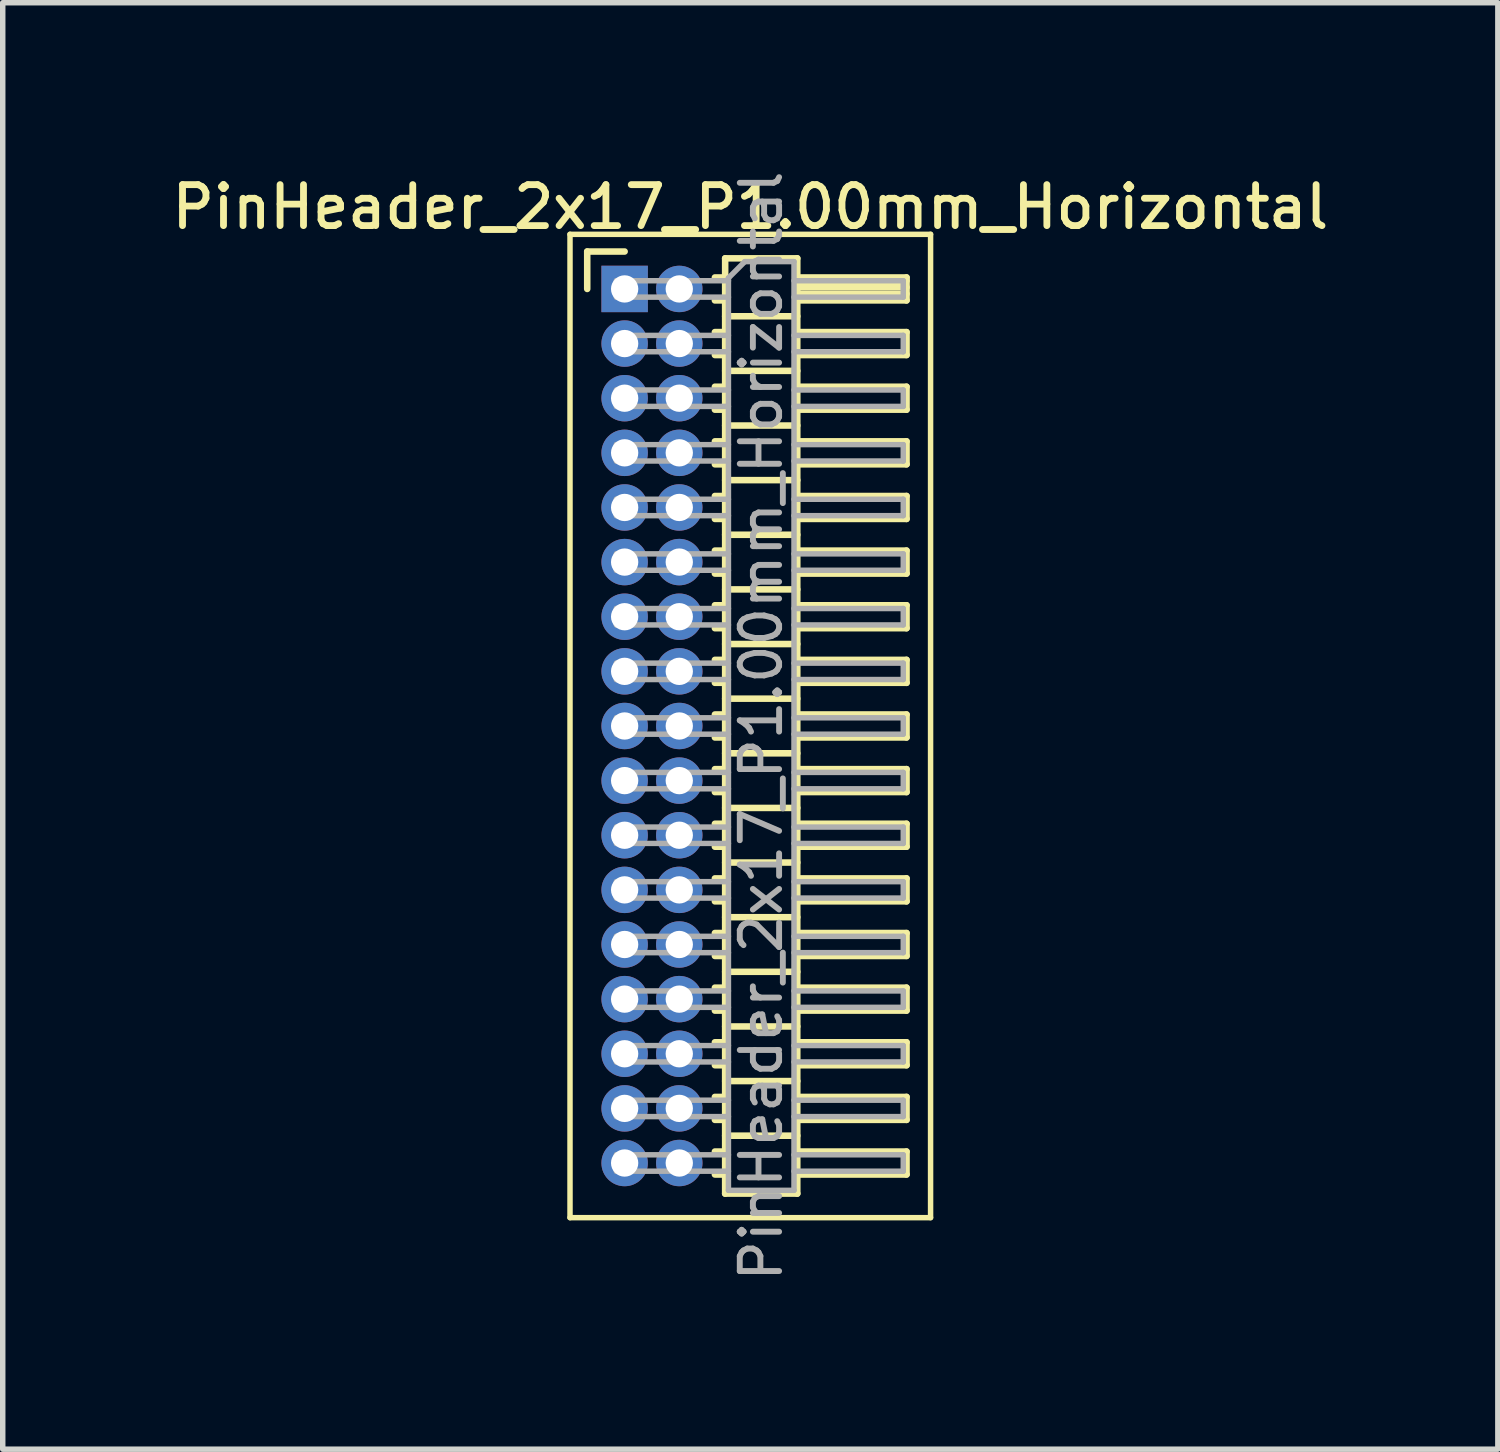
<source format=kicad_pcb>
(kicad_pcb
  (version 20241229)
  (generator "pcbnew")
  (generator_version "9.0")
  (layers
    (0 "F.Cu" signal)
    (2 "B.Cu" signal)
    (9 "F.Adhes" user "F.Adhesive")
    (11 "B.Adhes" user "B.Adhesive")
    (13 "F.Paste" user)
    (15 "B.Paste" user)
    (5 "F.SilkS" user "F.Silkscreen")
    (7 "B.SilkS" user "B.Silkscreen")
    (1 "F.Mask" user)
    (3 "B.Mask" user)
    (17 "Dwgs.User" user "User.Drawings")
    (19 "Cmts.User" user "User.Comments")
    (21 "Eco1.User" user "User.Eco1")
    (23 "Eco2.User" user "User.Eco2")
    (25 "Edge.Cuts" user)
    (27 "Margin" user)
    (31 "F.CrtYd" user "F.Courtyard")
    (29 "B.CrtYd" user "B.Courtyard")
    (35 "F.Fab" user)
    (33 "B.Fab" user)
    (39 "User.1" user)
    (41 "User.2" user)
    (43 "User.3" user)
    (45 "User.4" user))
  (footprint "PinHeader_2x17_P1.00mm_Horizontal"
    (layer "F.Cu")
    (at 8.384 2.239)
    (property "Reference" "PinHeader_2x17_P1.00mm_Horizontal" (at 2.3 -1.5 0) (layer "F.SilkS") (effects (font (size 0.75 0.75) (thickness 0.125))))
    (attr through_hole)
    (fp_line (start -1 -1) (end -1 17) (stroke (width 0.1) (type solid)) (layer "F.SilkS"))
    (fp_line (start -1 17) (end 5.6 17) (stroke (width 0.1) (type solid)) (layer "F.SilkS"))
    (fp_line (start -0.685 -0.685) (end 0 -0.685) (stroke (width 0.12) (type solid)) (layer "F.SilkS"))
    (fp_line (start -0.685 0) (end -0.685 -0.685) (stroke (width 0.12) (type solid)) (layer "F.SilkS"))
    (fp_line (start 1.652 -0.21) (end 1.84 -0.21) (stroke (width 0.12) (type solid)) (layer "F.SilkS"))
    (fp_line (start 1.652 0.21) (end 1.84 0.21) (stroke (width 0.12) (type solid)) (layer "F.SilkS"))
    (fp_line (start 1.652 0.79) (end 1.84 0.79) (stroke (width 0.12) (type solid)) (layer "F.SilkS"))
    (fp_line (start 1.652 1.21) (end 1.84 1.21) (stroke (width 0.12) (type solid)) (layer "F.SilkS"))
    (fp_line (start 1.652 1.79) (end 1.84 1.79) (stroke (width 0.12) (type solid)) (layer "F.SilkS"))
    (fp_line (start 1.652 2.21) (end 1.84 2.21) (stroke (width 0.12) (type solid)) (layer "F.SilkS"))
    (fp_line (start 1.652 2.79) (end 1.84 2.79) (stroke (width 0.12) (type solid)) (layer "F.SilkS"))
    (fp_line (start 1.652 3.21) (end 1.84 3.21) (stroke (width 0.12) (type solid)) (layer "F.SilkS"))
    (fp_line (start 1.652 3.79) (end 1.84 3.79) (stroke (width 0.12) (type solid)) (layer "F.SilkS"))
    (fp_line (start 1.652 4.21) (end 1.84 4.21) (stroke (width 0.12) (type solid)) (layer "F.SilkS"))
    (fp_line (start 1.652 4.79) (end 1.84 4.79) (stroke (width 0.12) (type solid)) (layer "F.SilkS"))
    (fp_line (start 1.652 5.21) (end 1.84 5.21) (stroke (width 0.12) (type solid)) (layer "F.SilkS"))
    (fp_line (start 1.652 5.79) (end 1.84 5.79) (stroke (width 0.12) (type solid)) (layer "F.SilkS"))
    (fp_line (start 1.652 6.21) (end 1.84 6.21) (stroke (width 0.12) (type solid)) (layer "F.SilkS"))
    (fp_line (start 1.652 6.79) (end 1.84 6.79) (stroke (width 0.12) (type solid)) (layer "F.SilkS"))
    (fp_line (start 1.652 7.21) (end 1.84 7.21) (stroke (width 0.12) (type solid)) (layer "F.SilkS"))
    (fp_line (start 1.652 7.79) (end 1.84 7.79) (stroke (width 0.12) (type solid)) (layer "F.SilkS"))
    (fp_line (start 1.652 8.21) (end 1.84 8.21) (stroke (width 0.12) (type solid)) (layer "F.SilkS"))
    (fp_line (start 1.652 8.79) (end 1.84 8.79) (stroke (width 0.12) (type solid)) (layer "F.SilkS"))
    (fp_line (start 1.652 9.21) (end 1.84 9.21) (stroke (width 0.12) (type solid)) (layer "F.SilkS"))
    (fp_line (start 1.652 9.79) (end 1.84 9.79) (stroke (width 0.12) (type solid)) (layer "F.SilkS"))
    (fp_line (start 1.652 10.21) (end 1.84 10.21) (stroke (width 0.12) (type solid)) (layer "F.SilkS"))
    (fp_line (start 1.652 10.79) (end 1.84 10.79) (stroke (width 0.12) (type solid)) (layer "F.SilkS"))
    (fp_line (start 1.652 11.21) (end 1.84 11.21) (stroke (width 0.12) (type solid)) (layer "F.SilkS"))
    (fp_line (start 1.652 11.79) (end 1.84 11.79) (stroke (width 0.12) (type solid)) (layer "F.SilkS"))
    (fp_line (start 1.652 12.21) (end 1.84 12.21) (stroke (width 0.12) (type solid)) (layer "F.SilkS"))
    (fp_line (start 1.652 12.79) (end 1.84 12.79) (stroke (width 0.12) (type solid)) (layer "F.SilkS"))
    (fp_line (start 1.652 13.21) (end 1.84 13.21) (stroke (width 0.12) (type solid)) (layer "F.SilkS"))
    (fp_line (start 1.652 13.79) (end 1.84 13.79) (stroke (width 0.12) (type solid)) (layer "F.SilkS"))
    (fp_line (start 1.652 14.21) (end 1.84 14.21) (stroke (width 0.12) (type solid)) (layer "F.SilkS"))
    (fp_line (start 1.652 14.79) (end 1.84 14.79) (stroke (width 0.12) (type solid)) (layer "F.SilkS"))
    (fp_line (start 1.652 15.21) (end 1.84 15.21) (stroke (width 0.12) (type solid)) (layer "F.SilkS"))
    (fp_line (start 1.652 15.79) (end 1.84 15.79) (stroke (width 0.12) (type solid)) (layer "F.SilkS"))
    (fp_line (start 1.652 16.21) (end 1.84 16.21) (stroke (width 0.12) (type solid)) (layer "F.SilkS"))
    (fp_line (start 1.84 -0.56) (end 1.84 16.56) (stroke (width 0.12) (type solid)) (layer "F.SilkS"))
    (fp_line (start 1.84 0.5) (end 3.16 0.5) (stroke (width 0.12) (type solid)) (layer "F.SilkS"))
    (fp_line (start 1.84 1.5) (end 3.16 1.5) (stroke (width 0.12) (type solid)) (layer "F.SilkS"))
    (fp_line (start 1.84 2.5) (end 3.16 2.5) (stroke (width 0.12) (type solid)) (layer "F.SilkS"))
    (fp_line (start 1.84 3.5) (end 3.16 3.5) (stroke (width 0.12) (type solid)) (layer "F.SilkS"))
    (fp_line (start 1.84 4.5) (end 3.16 4.5) (stroke (width 0.12) (type solid)) (layer "F.SilkS"))
    (fp_line (start 1.84 5.5) (end 3.16 5.5) (stroke (width 0.12) (type solid)) (layer "F.SilkS"))
    (fp_line (start 1.84 6.5) (end 3.16 6.5) (stroke (width 0.12) (type solid)) (layer "F.SilkS"))
    (fp_line (start 1.84 7.5) (end 3.16 7.5) (stroke (width 0.12) (type solid)) (layer "F.SilkS"))
    (fp_line (start 1.84 8.5) (end 3.16 8.5) (stroke (width 0.12) (type solid)) (layer "F.SilkS"))
    (fp_line (start 1.84 9.5) (end 3.16 9.5) (stroke (width 0.12) (type solid)) (layer "F.SilkS"))
    (fp_line (start 1.84 10.5) (end 3.16 10.5) (stroke (width 0.12) (type solid)) (layer "F.SilkS"))
    (fp_line (start 1.84 11.5) (end 3.16 11.5) (stroke (width 0.12) (type solid)) (layer "F.SilkS"))
    (fp_line (start 1.84 12.5) (end 3.16 12.5) (stroke (width 0.12) (type solid)) (layer "F.SilkS"))
    (fp_line (start 1.84 13.5) (end 3.16 13.5) (stroke (width 0.12) (type solid)) (layer "F.SilkS"))
    (fp_line (start 1.84 14.5) (end 3.16 14.5) (stroke (width 0.12) (type solid)) (layer "F.SilkS"))
    (fp_line (start 1.84 15.5) (end 3.16 15.5) (stroke (width 0.12) (type solid)) (layer "F.SilkS"))
    (fp_line (start 1.84 16.56) (end 3.16 16.56) (stroke (width 0.12) (type solid)) (layer "F.SilkS"))
    (fp_line (start 3.16 -0.56) (end 1.84 -0.56) (stroke (width 0.12) (type solid)) (layer "F.SilkS"))
    (fp_line (start 3.16 -0.21) (end 5.16 -0.21) (stroke (width 0.12) (type solid)) (layer "F.SilkS"))
    (fp_line (start 3.16 -0.15) (end 5.16 -0.15) (stroke (width 0.12) (type solid)) (layer "F.SilkS"))
    (fp_line (start 3.16 -0.03) (end 5.16 -0.03) (stroke (width 0.12) (type solid)) (layer "F.SilkS"))
    (fp_line (start 3.16 0.09) (end 5.16 0.09) (stroke (width 0.12) (type solid)) (layer "F.SilkS"))
    (fp_line (start 3.16 0.79) (end 5.16 0.79) (stroke (width 0.12) (type solid)) (layer "F.SilkS"))
    (fp_line (start 3.16 1.79) (end 5.16 1.79) (stroke (width 0.12) (type solid)) (layer "F.SilkS"))
    (fp_line (start 3.16 2.79) (end 5.16 2.79) (stroke (width 0.12) (type solid)) (layer "F.SilkS"))
    (fp_line (start 3.16 3.79) (end 5.16 3.79) (stroke (width 0.12) (type solid)) (layer "F.SilkS"))
    (fp_line (start 3.16 4.79) (end 5.16 4.79) (stroke (width 0.12) (type solid)) (layer "F.SilkS"))
    (fp_line (start 3.16 5.79) (end 5.16 5.79) (stroke (width 0.12) (type solid)) (layer "F.SilkS"))
    (fp_line (start 3.16 6.79) (end 5.16 6.79) (stroke (width 0.12) (type solid)) (layer "F.SilkS"))
    (fp_line (start 3.16 7.79) (end 5.16 7.79) (stroke (width 0.12) (type solid)) (layer "F.SilkS"))
    (fp_line (start 3.16 8.79) (end 5.16 8.79) (stroke (width 0.12) (type solid)) (layer "F.SilkS"))
    (fp_line (start 3.16 9.79) (end 5.16 9.79) (stroke (width 0.12) (type solid)) (layer "F.SilkS"))
    (fp_line (start 3.16 10.79) (end 5.16 10.79) (stroke (width 0.12) (type solid)) (layer "F.SilkS"))
    (fp_line (start 3.16 11.79) (end 5.16 11.79) (stroke (width 0.12) (type solid)) (layer "F.SilkS"))
    (fp_line (start 3.16 12.79) (end 5.16 12.79) (stroke (width 0.12) (type solid)) (layer "F.SilkS"))
    (fp_line (start 3.16 13.79) (end 5.16 13.79) (stroke (width 0.12) (type solid)) (layer "F.SilkS"))
    (fp_line (start 3.16 14.79) (end 5.16 14.79) (stroke (width 0.12) (type solid)) (layer "F.SilkS"))
    (fp_line (start 3.16 15.79) (end 5.16 15.79) (stroke (width 0.12) (type solid)) (layer "F.SilkS"))
    (fp_line (start 3.16 16.56) (end 3.16 -0.56) (stroke (width 0.12) (type solid)) (layer "F.SilkS"))
    (fp_line (start 5.16 -0.21) (end 5.16 0.21) (stroke (width 0.12) (type solid)) (layer "F.SilkS"))
    (fp_line (start 5.16 0.21) (end 3.16 0.21) (stroke (width 0.12) (type solid)) (layer "F.SilkS"))
    (fp_line (start 5.16 0.79) (end 5.16 1.21) (stroke (width 0.12) (type solid)) (layer "F.SilkS"))
    (fp_line (start 5.16 1.21) (end 3.16 1.21) (stroke (width 0.12) (type solid)) (layer "F.SilkS"))
    (fp_line (start 5.16 1.79) (end 5.16 2.21) (stroke (width 0.12) (type solid)) (layer "F.SilkS"))
    (fp_line (start 5.16 2.21) (end 3.16 2.21) (stroke (width 0.12) (type solid)) (layer "F.SilkS"))
    (fp_line (start 5.16 2.79) (end 5.16 3.21) (stroke (width 0.12) (type solid)) (layer "F.SilkS"))
    (fp_line (start 5.16 3.21) (end 3.16 3.21) (stroke (width 0.12) (type solid)) (layer "F.SilkS"))
    (fp_line (start 5.16 3.79) (end 5.16 4.21) (stroke (width 0.12) (type solid)) (layer "F.SilkS"))
    (fp_line (start 5.16 4.21) (end 3.16 4.21) (stroke (width 0.12) (type solid)) (layer "F.SilkS"))
    (fp_line (start 5.16 4.79) (end 5.16 5.21) (stroke (width 0.12) (type solid)) (layer "F.SilkS"))
    (fp_line (start 5.16 5.21) (end 3.16 5.21) (stroke (width 0.12) (type solid)) (layer "F.SilkS"))
    (fp_line (start 5.16 5.79) (end 5.16 6.21) (stroke (width 0.12) (type solid)) (layer "F.SilkS"))
    (fp_line (start 5.16 6.21) (end 3.16 6.21) (stroke (width 0.12) (type solid)) (layer "F.SilkS"))
    (fp_line (start 5.16 6.79) (end 5.16 7.21) (stroke (width 0.12) (type solid)) (layer "F.SilkS"))
    (fp_line (start 5.16 7.21) (end 3.16 7.21) (stroke (width 0.12) (type solid)) (layer "F.SilkS"))
    (fp_line (start 5.16 7.79) (end 5.16 8.21) (stroke (width 0.12) (type solid)) (layer "F.SilkS"))
    (fp_line (start 5.16 8.21) (end 3.16 8.21) (stroke (width 0.12) (type solid)) (layer "F.SilkS"))
    (fp_line (start 5.16 8.79) (end 5.16 9.21) (stroke (width 0.12) (type solid)) (layer "F.SilkS"))
    (fp_line (start 5.16 9.21) (end 3.16 9.21) (stroke (width 0.12) (type solid)) (layer "F.SilkS"))
    (fp_line (start 5.16 9.79) (end 5.16 10.21) (stroke (width 0.12) (type solid)) (layer "F.SilkS"))
    (fp_line (start 5.16 10.21) (end 3.16 10.21) (stroke (width 0.12) (type solid)) (layer "F.SilkS"))
    (fp_line (start 5.16 10.79) (end 5.16 11.21) (stroke (width 0.12) (type solid)) (layer "F.SilkS"))
    (fp_line (start 5.16 11.21) (end 3.16 11.21) (stroke (width 0.12) (type solid)) (layer "F.SilkS"))
    (fp_line (start 5.16 11.79) (end 5.16 12.21) (stroke (width 0.12) (type solid)) (layer "F.SilkS"))
    (fp_line (start 5.16 12.21) (end 3.16 12.21) (stroke (width 0.12) (type solid)) (layer "F.SilkS"))
    (fp_line (start 5.16 12.79) (end 5.16 13.21) (stroke (width 0.12) (type solid)) (layer "F.SilkS"))
    (fp_line (start 5.16 13.21) (end 3.16 13.21) (stroke (width 0.12) (type solid)) (layer "F.SilkS"))
    (fp_line (start 5.16 13.79) (end 5.16 14.21) (stroke (width 0.12) (type solid)) (layer "F.SilkS"))
    (fp_line (start 5.16 14.21) (end 3.16 14.21) (stroke (width 0.12) (type solid)) (layer "F.SilkS"))
    (fp_line (start 5.16 14.79) (end 5.16 15.21) (stroke (width 0.12) (type solid)) (layer "F.SilkS"))
    (fp_line (start 5.16 15.21) (end 3.16 15.21) (stroke (width 0.12) (type solid)) (layer "F.SilkS"))
    (fp_line (start 5.16 15.79) (end 5.16 16.21) (stroke (width 0.12) (type solid)) (layer "F.SilkS"))
    (fp_line (start 5.16 16.21) (end 3.16 16.21) (stroke (width 0.12) (type solid)) (layer "F.SilkS"))
    (fp_line (start 5.6 -1) (end -1 -1) (stroke (width 0.1) (type solid)) (layer "F.SilkS"))
    (fp_line (start 5.6 17) (end 5.6 -1) (stroke (width 0.1) (type solid)) (layer "F.SilkS"))
    (fp_line (start -0.15 -0.15) (end -0.15 0.15) (stroke (width 0.1) (type solid)) (layer "F.Fab"))
    (fp_line (start -0.15 -0.15) (end 1.9 -0.15) (stroke (width 0.1) (type solid)) (layer "F.Fab"))
    (fp_line (start -0.15 0.15) (end 1.9 0.15) (stroke (width 0.1) (type solid)) (layer "F.Fab"))
    (fp_line (start -0.15 0.85) (end -0.15 1.15) (stroke (width 0.1) (type solid)) (layer "F.Fab"))
    (fp_line (start -0.15 0.85) (end 1.9 0.85) (stroke (width 0.1) (type solid)) (layer "F.Fab"))
    (fp_line (start -0.15 1.15) (end 1.9 1.15) (stroke (width 0.1) (type solid)) (layer "F.Fab"))
    (fp_line (start -0.15 1.85) (end -0.15 2.15) (stroke (width 0.1) (type solid)) (layer "F.Fab"))
    (fp_line (start -0.15 1.85) (end 1.9 1.85) (stroke (width 0.1) (type solid)) (layer "F.Fab"))
    (fp_line (start -0.15 2.15) (end 1.9 2.15) (stroke (width 0.1) (type solid)) (layer "F.Fab"))
    (fp_line (start -0.15 2.85) (end -0.15 3.15) (stroke (width 0.1) (type solid)) (layer "F.Fab"))
    (fp_line (start -0.15 2.85) (end 1.9 2.85) (stroke (width 0.1) (type solid)) (layer "F.Fab"))
    (fp_line (start -0.15 3.15) (end 1.9 3.15) (stroke (width 0.1) (type solid)) (layer "F.Fab"))
    (fp_line (start -0.15 3.85) (end -0.15 4.15) (stroke (width 0.1) (type solid)) (layer "F.Fab"))
    (fp_line (start -0.15 3.85) (end 1.9 3.85) (stroke (width 0.1) (type solid)) (layer "F.Fab"))
    (fp_line (start -0.15 4.15) (end 1.9 4.15) (stroke (width 0.1) (type solid)) (layer "F.Fab"))
    (fp_line (start -0.15 4.85) (end -0.15 5.15) (stroke (width 0.1) (type solid)) (layer "F.Fab"))
    (fp_line (start -0.15 4.85) (end 1.9 4.85) (stroke (width 0.1) (type solid)) (layer "F.Fab"))
    (fp_line (start -0.15 5.15) (end 1.9 5.15) (stroke (width 0.1) (type solid)) (layer "F.Fab"))
    (fp_line (start -0.15 5.85) (end -0.15 6.15) (stroke (width 0.1) (type solid)) (layer "F.Fab"))
    (fp_line (start -0.15 5.85) (end 1.9 5.85) (stroke (width 0.1) (type solid)) (layer "F.Fab"))
    (fp_line (start -0.15 6.15) (end 1.9 6.15) (stroke (width 0.1) (type solid)) (layer "F.Fab"))
    (fp_line (start -0.15 6.85) (end -0.15 7.15) (stroke (width 0.1) (type solid)) (layer "F.Fab"))
    (fp_line (start -0.15 6.85) (end 1.9 6.85) (stroke (width 0.1) (type solid)) (layer "F.Fab"))
    (fp_line (start -0.15 7.15) (end 1.9 7.15) (stroke (width 0.1) (type solid)) (layer "F.Fab"))
    (fp_line (start -0.15 7.85) (end -0.15 8.15) (stroke (width 0.1) (type solid)) (layer "F.Fab"))
    (fp_line (start -0.15 7.85) (end 1.9 7.85) (stroke (width 0.1) (type solid)) (layer "F.Fab"))
    (fp_line (start -0.15 8.15) (end 1.9 8.15) (stroke (width 0.1) (type solid)) (layer "F.Fab"))
    (fp_line (start -0.15 8.85) (end -0.15 9.15) (stroke (width 0.1) (type solid)) (layer "F.Fab"))
    (fp_line (start -0.15 8.85) (end 1.9 8.85) (stroke (width 0.1) (type solid)) (layer "F.Fab"))
    (fp_line (start -0.15 9.15) (end 1.9 9.15) (stroke (width 0.1) (type solid)) (layer "F.Fab"))
    (fp_line (start -0.15 9.85) (end -0.15 10.15) (stroke (width 0.1) (type solid)) (layer "F.Fab"))
    (fp_line (start -0.15 9.85) (end 1.9 9.85) (stroke (width 0.1) (type solid)) (layer "F.Fab"))
    (fp_line (start -0.15 10.15) (end 1.9 10.15) (stroke (width 0.1) (type solid)) (layer "F.Fab"))
    (fp_line (start -0.15 10.85) (end -0.15 11.15) (stroke (width 0.1) (type solid)) (layer "F.Fab"))
    (fp_line (start -0.15 10.85) (end 1.9 10.85) (stroke (width 0.1) (type solid)) (layer "F.Fab"))
    (fp_line (start -0.15 11.15) (end 1.9 11.15) (stroke (width 0.1) (type solid)) (layer "F.Fab"))
    (fp_line (start -0.15 11.85) (end -0.15 12.15) (stroke (width 0.1) (type solid)) (layer "F.Fab"))
    (fp_line (start -0.15 11.85) (end 1.9 11.85) (stroke (width 0.1) (type solid)) (layer "F.Fab"))
    (fp_line (start -0.15 12.15) (end 1.9 12.15) (stroke (width 0.1) (type solid)) (layer "F.Fab"))
    (fp_line (start -0.15 12.85) (end -0.15 13.15) (stroke (width 0.1) (type solid)) (layer "F.Fab"))
    (fp_line (start -0.15 12.85) (end 1.9 12.85) (stroke (width 0.1) (type solid)) (layer "F.Fab"))
    (fp_line (start -0.15 13.15) (end 1.9 13.15) (stroke (width 0.1) (type solid)) (layer "F.Fab"))
    (fp_line (start -0.15 13.85) (end -0.15 14.15) (stroke (width 0.1) (type solid)) (layer "F.Fab"))
    (fp_line (start -0.15 13.85) (end 1.9 13.85) (stroke (width 0.1) (type solid)) (layer "F.Fab"))
    (fp_line (start -0.15 14.15) (end 1.9 14.15) (stroke (width 0.1) (type solid)) (layer "F.Fab"))
    (fp_line (start -0.15 14.85) (end -0.15 15.15) (stroke (width 0.1) (type solid)) (layer "F.Fab"))
    (fp_line (start -0.15 14.85) (end 1.9 14.85) (stroke (width 0.1) (type solid)) (layer "F.Fab"))
    (fp_line (start -0.15 15.15) (end 1.9 15.15) (stroke (width 0.1) (type solid)) (layer "F.Fab"))
    (fp_line (start -0.15 15.85) (end -0.15 16.15) (stroke (width 0.1) (type solid)) (layer "F.Fab"))
    (fp_line (start -0.15 15.85) (end 1.9 15.85) (stroke (width 0.1) (type solid)) (layer "F.Fab"))
    (fp_line (start -0.15 16.15) (end 1.9 16.15) (stroke (width 0.1) (type solid)) (layer "F.Fab"))
    (fp_line (start 1.9 -0.2) (end 2.2 -0.5) (stroke (width 0.1) (type solid)) (layer "F.Fab"))
    (fp_line (start 1.9 16.5) (end 1.9 -0.2) (stroke (width 0.1) (type solid)) (layer "F.Fab"))
    (fp_line (start 2.2 -0.5) (end 3.1 -0.5) (stroke (width 0.1) (type solid)) (layer "F.Fab"))
    (fp_line (start 3.1 -0.5) (end 3.1 16.5) (stroke (width 0.1) (type solid)) (layer "F.Fab"))
    (fp_line (start 3.1 -0.15) (end 5.1 -0.15) (stroke (width 0.1) (type solid)) (layer "F.Fab"))
    (fp_line (start 3.1 0.15) (end 5.1 0.15) (stroke (width 0.1) (type solid)) (layer "F.Fab"))
    (fp_line (start 3.1 0.85) (end 5.1 0.85) (stroke (width 0.1) (type solid)) (layer "F.Fab"))
    (fp_line (start 3.1 1.15) (end 5.1 1.15) (stroke (width 0.1) (type solid)) (layer "F.Fab"))
    (fp_line (start 3.1 1.85) (end 5.1 1.85) (stroke (width 0.1) (type solid)) (layer "F.Fab"))
    (fp_line (start 3.1 2.15) (end 5.1 2.15) (stroke (width 0.1) (type solid)) (layer "F.Fab"))
    (fp_line (start 3.1 2.85) (end 5.1 2.85) (stroke (width 0.1) (type solid)) (layer "F.Fab"))
    (fp_line (start 3.1 3.15) (end 5.1 3.15) (stroke (width 0.1) (type solid)) (layer "F.Fab"))
    (fp_line (start 3.1 3.85) (end 5.1 3.85) (stroke (width 0.1) (type solid)) (layer "F.Fab"))
    (fp_line (start 3.1 4.15) (end 5.1 4.15) (stroke (width 0.1) (type solid)) (layer "F.Fab"))
    (fp_line (start 3.1 4.85) (end 5.1 4.85) (stroke (width 0.1) (type solid)) (layer "F.Fab"))
    (fp_line (start 3.1 5.15) (end 5.1 5.15) (stroke (width 0.1) (type solid)) (layer "F.Fab"))
    (fp_line (start 3.1 5.85) (end 5.1 5.85) (stroke (width 0.1) (type solid)) (layer "F.Fab"))
    (fp_line (start 3.1 6.15) (end 5.1 6.15) (stroke (width 0.1) (type solid)) (layer "F.Fab"))
    (fp_line (start 3.1 6.85) (end 5.1 6.85) (stroke (width 0.1) (type solid)) (layer "F.Fab"))
    (fp_line (start 3.1 7.15) (end 5.1 7.15) (stroke (width 0.1) (type solid)) (layer "F.Fab"))
    (fp_line (start 3.1 7.85) (end 5.1 7.85) (stroke (width 0.1) (type solid)) (layer "F.Fab"))
    (fp_line (start 3.1 8.15) (end 5.1 8.15) (stroke (width 0.1) (type solid)) (layer "F.Fab"))
    (fp_line (start 3.1 8.85) (end 5.1 8.85) (stroke (width 0.1) (type solid)) (layer "F.Fab"))
    (fp_line (start 3.1 9.15) (end 5.1 9.15) (stroke (width 0.1) (type solid)) (layer "F.Fab"))
    (fp_line (start 3.1 9.85) (end 5.1 9.85) (stroke (width 0.1) (type solid)) (layer "F.Fab"))
    (fp_line (start 3.1 10.15) (end 5.1 10.15) (stroke (width 0.1) (type solid)) (layer "F.Fab"))
    (fp_line (start 3.1 10.85) (end 5.1 10.85) (stroke (width 0.1) (type solid)) (layer "F.Fab"))
    (fp_line (start 3.1 11.15) (end 5.1 11.15) (stroke (width 0.1) (type solid)) (layer "F.Fab"))
    (fp_line (start 3.1 11.85) (end 5.1 11.85) (stroke (width 0.1) (type solid)) (layer "F.Fab"))
    (fp_line (start 3.1 12.15) (end 5.1 12.15) (stroke (width 0.1) (type solid)) (layer "F.Fab"))
    (fp_line (start 3.1 12.85) (end 5.1 12.85) (stroke (width 0.1) (type solid)) (layer "F.Fab"))
    (fp_line (start 3.1 13.15) (end 5.1 13.15) (stroke (width 0.1) (type solid)) (layer "F.Fab"))
    (fp_line (start 3.1 13.85) (end 5.1 13.85) (stroke (width 0.1) (type solid)) (layer "F.Fab"))
    (fp_line (start 3.1 14.15) (end 5.1 14.15) (stroke (width 0.1) (type solid)) (layer "F.Fab"))
    (fp_line (start 3.1 14.85) (end 5.1 14.85) (stroke (width 0.1) (type solid)) (layer "F.Fab"))
    (fp_line (start 3.1 15.15) (end 5.1 15.15) (stroke (width 0.1) (type solid)) (layer "F.Fab"))
    (fp_line (start 3.1 15.85) (end 5.1 15.85) (stroke (width 0.1) (type solid)) (layer "F.Fab"))
    (fp_line (start 3.1 16.15) (end 5.1 16.15) (stroke (width 0.1) (type solid)) (layer "F.Fab"))
    (fp_line (start 3.1 16.5) (end 1.9 16.5) (stroke (width 0.1) (type solid)) (layer "F.Fab"))
    (fp_line (start 5.1 -0.15) (end 5.1 0.15) (stroke (width 0.1) (type solid)) (layer "F.Fab"))
    (fp_line (start 5.1 0.85) (end 5.1 1.15) (stroke (width 0.1) (type solid)) (layer "F.Fab"))
    (fp_line (start 5.1 1.85) (end 5.1 2.15) (stroke (width 0.1) (type solid)) (layer "F.Fab"))
    (fp_line (start 5.1 2.85) (end 5.1 3.15) (stroke (width 0.1) (type solid)) (layer "F.Fab"))
    (fp_line (start 5.1 3.85) (end 5.1 4.15) (stroke (width 0.1) (type solid)) (layer "F.Fab"))
    (fp_line (start 5.1 4.85) (end 5.1 5.15) (stroke (width 0.1) (type solid)) (layer "F.Fab"))
    (fp_line (start 5.1 5.85) (end 5.1 6.15) (stroke (width 0.1) (type solid)) (layer "F.Fab"))
    (fp_line (start 5.1 6.85) (end 5.1 7.15) (stroke (width 0.1) (type solid)) (layer "F.Fab"))
    (fp_line (start 5.1 7.85) (end 5.1 8.15) (stroke (width 0.1) (type solid)) (layer "F.Fab"))
    (fp_line (start 5.1 8.85) (end 5.1 9.15) (stroke (width 0.1) (type solid)) (layer "F.Fab"))
    (fp_line (start 5.1 9.85) (end 5.1 10.15) (stroke (width 0.1) (type solid)) (layer "F.Fab"))
    (fp_line (start 5.1 10.85) (end 5.1 11.15) (stroke (width 0.1) (type solid)) (layer "F.Fab"))
    (fp_line (start 5.1 11.85) (end 5.1 12.15) (stroke (width 0.1) (type solid)) (layer "F.Fab"))
    (fp_line (start 5.1 12.85) (end 5.1 13.15) (stroke (width 0.1) (type solid)) (layer "F.Fab"))
    (fp_line (start 5.1 13.85) (end 5.1 14.15) (stroke (width 0.1) (type solid)) (layer "F.Fab"))
    (fp_line (start 5.1 14.85) (end 5.1 15.15) (stroke (width 0.1) (type solid)) (layer "F.Fab"))
    (fp_line (start 5.1 15.85) (end 5.1 16.15) (stroke (width 0.1) (type solid)) (layer "F.Fab"))
    (fp_text user "${REFERENCE}" (at 2.5 8 90) (layer "F.Fab") (effects (font (size 0.72 0.72) (thickness 0.108))))
    (pad "1" thru_hole rect (at 0 0) (size 0.85 0.85) (drill 0.5) (layers "*.Cu" "*.Mask"))
    (pad "2" thru_hole oval (at 1 0) (size 0.85 0.85) (drill 0.5) (layers "*.Cu" "*.Mask"))
    (pad "3" thru_hole oval (at 0 1) (size 0.85 0.85) (drill 0.5) (layers "*.Cu" "*.Mask"))
    (pad "4" thru_hole oval (at 1 1) (size 0.85 0.85) (drill 0.5) (layers "*.Cu" "*.Mask"))
    (pad "5" thru_hole oval (at 0 2) (size 0.85 0.85) (drill 0.5) (layers "*.Cu" "*.Mask"))
    (pad "6" thru_hole oval (at 1 2) (size 0.85 0.85) (drill 0.5) (layers "*.Cu" "*.Mask"))
    (pad "7" thru_hole oval (at 0 3) (size 0.85 0.85) (drill 0.5) (layers "*.Cu" "*.Mask"))
    (pad "8" thru_hole oval (at 1 3) (size 0.85 0.85) (drill 0.5) (layers "*.Cu" "*.Mask"))
    (pad "9" thru_hole oval (at 0 4) (size 0.85 0.85) (drill 0.5) (layers "*.Cu" "*.Mask"))
    (pad "10" thru_hole oval (at 1 4) (size 0.85 0.85) (drill 0.5) (layers "*.Cu" "*.Mask"))
    (pad "11" thru_hole oval (at 0 5) (size 0.85 0.85) (drill 0.5) (layers "*.Cu" "*.Mask"))
    (pad "12" thru_hole oval (at 1 5) (size 0.85 0.85) (drill 0.5) (layers "*.Cu" "*.Mask"))
    (pad "13" thru_hole oval (at 0 6) (size 0.85 0.85) (drill 0.5) (layers "*.Cu" "*.Mask"))
    (pad "14" thru_hole oval (at 1 6) (size 0.85 0.85) (drill 0.5) (layers "*.Cu" "*.Mask"))
    (pad "15" thru_hole oval (at 0 7) (size 0.85 0.85) (drill 0.5) (layers "*.Cu" "*.Mask"))
    (pad "16" thru_hole oval (at 1 7) (size 0.85 0.85) (drill 0.5) (layers "*.Cu" "*.Mask"))
    (pad "17" thru_hole oval (at 0 8) (size 0.85 0.85) (drill 0.5) (layers "*.Cu" "*.Mask"))
    (pad "18" thru_hole oval (at 1 8) (size 0.85 0.85) (drill 0.5) (layers "*.Cu" "*.Mask"))
    (pad "19" thru_hole oval (at 0 9) (size 0.85 0.85) (drill 0.5) (layers "*.Cu" "*.Mask"))
    (pad "20" thru_hole oval (at 1 9) (size 0.85 0.85) (drill 0.5) (layers "*.Cu" "*.Mask"))
    (pad "21" thru_hole oval (at 0 10) (size 0.85 0.85) (drill 0.5) (layers "*.Cu" "*.Mask"))
    (pad "22" thru_hole oval (at 1 10) (size 0.85 0.85) (drill 0.5) (layers "*.Cu" "*.Mask"))
    (pad "23" thru_hole oval (at 0 11) (size 0.85 0.85) (drill 0.5) (layers "*.Cu" "*.Mask"))
    (pad "24" thru_hole oval (at 1 11) (size 0.85 0.85) (drill 0.5) (layers "*.Cu" "*.Mask"))
    (pad "25" thru_hole oval (at 0 12) (size 0.85 0.85) (drill 0.5) (layers "*.Cu" "*.Mask"))
    (pad "26" thru_hole oval (at 1 12) (size 0.85 0.85) (drill 0.5) (layers "*.Cu" "*.Mask"))
    (pad "27" thru_hole oval (at 0 13) (size 0.85 0.85) (drill 0.5) (layers "*.Cu" "*.Mask"))
    (pad "28" thru_hole oval (at 1 13) (size 0.85 0.85) (drill 0.5) (layers "*.Cu" "*.Mask"))
    (pad "29" thru_hole oval (at 0 14) (size 0.85 0.85) (drill 0.5) (layers "*.Cu" "*.Mask"))
    (pad "30" thru_hole oval (at 1 14) (size 0.85 0.85) (drill 0.5) (layers "*.Cu" "*.Mask"))
    (pad "31" thru_hole oval (at 0 15) (size 0.85 0.85) (drill 0.5) (layers "*.Cu" "*.Mask"))
    (pad "32" thru_hole oval (at 1 15) (size 0.85 0.85) (drill 0.5) (layers "*.Cu" "*.Mask"))
    (pad "33" thru_hole oval (at 0 16) (size 0.85 0.85) (drill 0.5) (layers "*.Cu" "*.Mask"))
    (pad "34" thru_hole oval (at 1 16) (size 0.85 0.85) (drill 0.5) (layers "*.Cu" "*.Mask")))
  (gr_rect
    (start -3 -3)
    (end 24.368 23.477)
    (stroke (width 0.1) (type default))
    (fill no)
    (layer "Edge.Cuts")))
</source>
